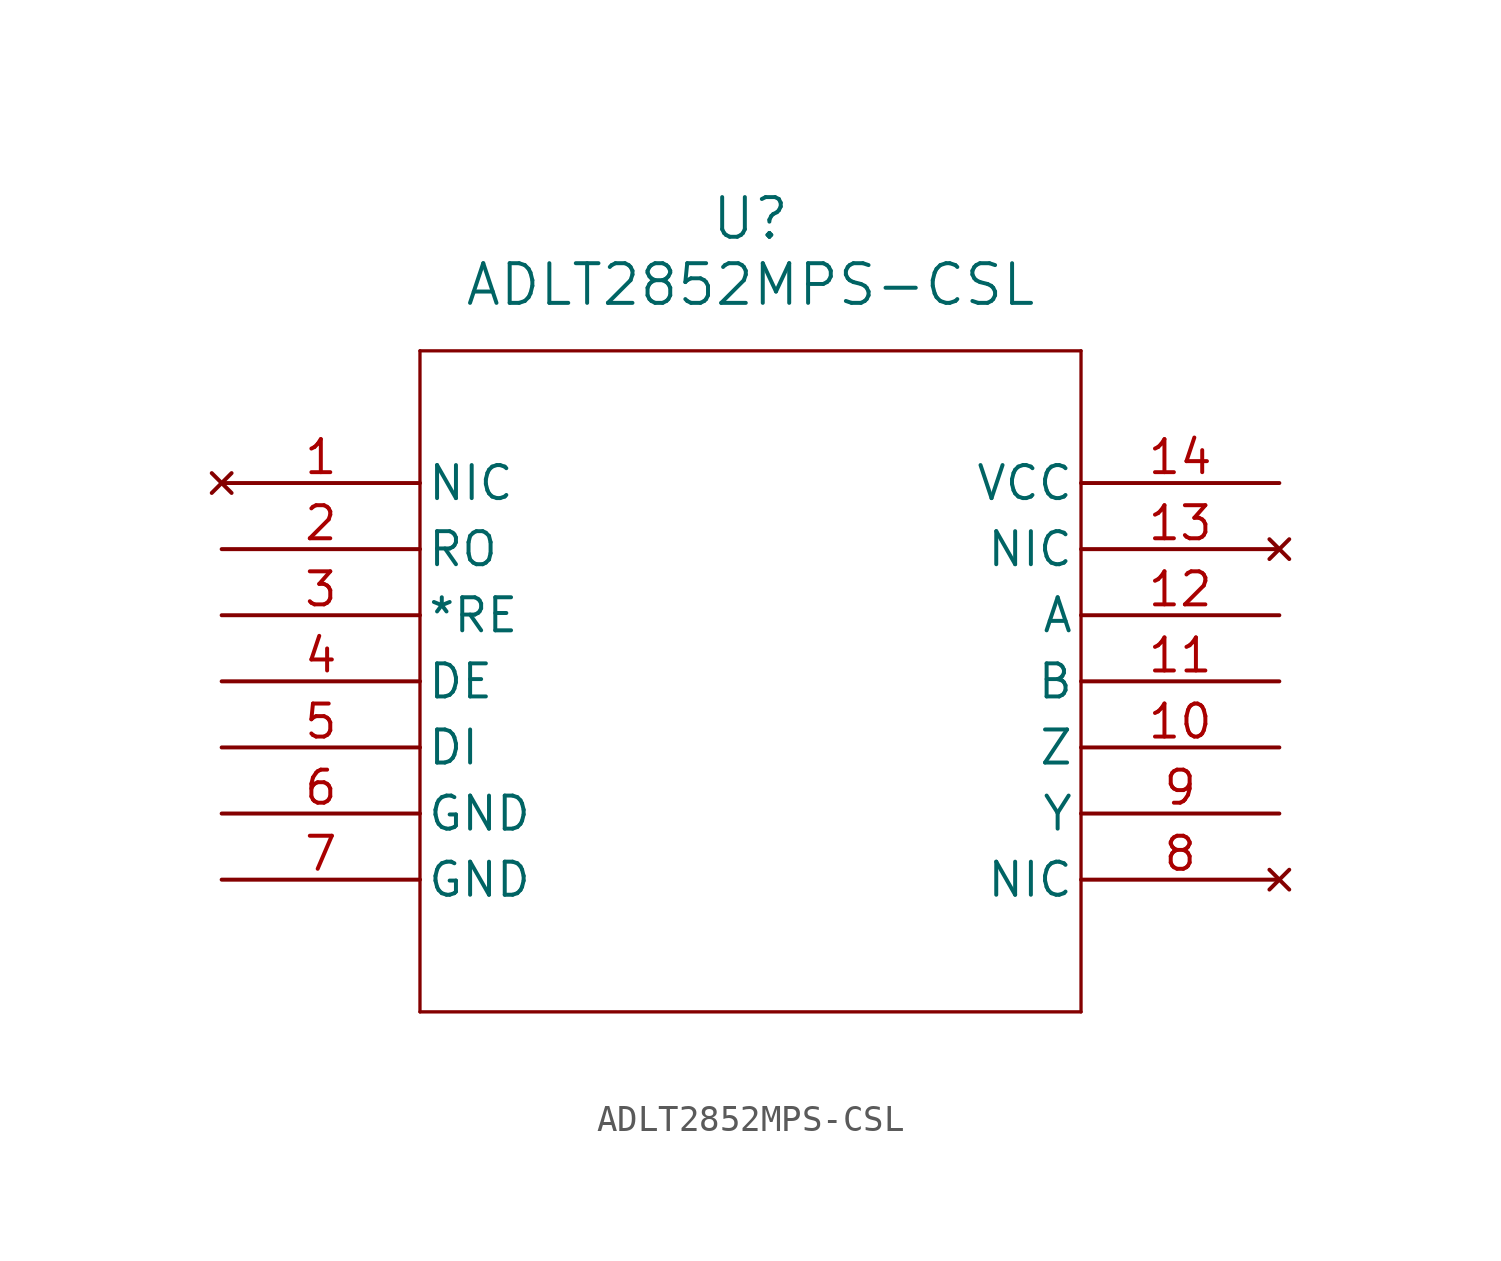
<source format=kicad_sym>
(kicad_symbol_lib
  (version 20211014)
  (generator kicad_symbol_editor)
  (symbol "ADLT2852MPS-CSL"
    (pin_names
      (offset 0.254))
    (property "Reference" "U"
      (at 20.32 10.16 0)
      (effects (font (size 1.524 1.524))))
    (property "Value" "ADLT2852MPS-CSL"
      (at 20.32 7.62 0)
      (effects (font (size 1.524 1.524))))
    (symbol "ADLT2852MPS-CSL_0_1"
      (polyline (pts (xy 7.62 5.08) (xy 7.62 -20.32)) (stroke (width 0.127) (type default) (color 0 0 0 0)) (fill (type none)))
      (polyline (pts (xy 7.62 -20.32) (xy 33.02 -20.32)) (stroke (width 0.127) (type default) (color 0 0 0 0)) (fill (type none)))
      (polyline (pts (xy 33.02 -20.32) (xy 33.02 5.08)) (stroke (width 0.127) (type default) (color 0 0 0 0)) (fill (type none)))
      (polyline (pts (xy 33.02 5.08) (xy 7.62 5.08)) (stroke (width 0.127) (type default) (color 0 0 0 0)) (fill (type none)))
      (pin no_connect line (at 0 0 0) (length 7.62) (name "NIC" (effects (font (size 1.27 1.27)))) (number "1" (effects (font (size 1.27 1.27)))))
      (pin output line (at 0 -2.54 0) (length 7.62) (name "RO" (effects (font (size 1.27 1.27)))) (number "2" (effects (font (size 1.27 1.27)))))
      (pin input line (at 0 -5.08 0) (length 7.62) (name "*RE" (effects (font (size 1.27 1.27)))) (number "3" (effects (font (size 1.27 1.27)))))
      (pin input line (at 0 -7.62 0) (length 7.62) (name "DE" (effects (font (size 1.27 1.27)))) (number "4" (effects (font (size 1.27 1.27)))))
      (pin input line (at 0 -10.16 0) (length 7.62) (name "DI" (effects (font (size 1.27 1.27)))) (number "5" (effects (font (size 1.27 1.27)))))
      (pin power_out line (at 0 -12.7 0) (length 7.62) (name "GND" (effects (font (size 1.27 1.27)))) (number "6" (effects (font (size 1.27 1.27)))))
      (pin power_out line (at 0 -15.24 0) (length 7.62) (name "GND" (effects (font (size 1.27 1.27)))) (number "7" (effects (font (size 1.27 1.27)))))
      (pin no_connect line (at 40.64 -15.24 180) (length 7.62) (name "NIC" (effects (font (size 1.27 1.27)))) (number "8" (effects (font (size 1.27 1.27)))))
      (pin output line (at 40.64 -12.7 180) (length 7.62) (name "Y" (effects (font (size 1.27 1.27)))) (number "9" (effects (font (size 1.27 1.27)))))
      (pin output line (at 40.64 -10.16 180) (length 7.62) (name "Z" (effects (font (size 1.27 1.27)))) (number "10" (effects (font (size 1.27 1.27)))))
      (pin input line (at 40.64 -7.62 180) (length 7.62) (name "B" (effects (font (size 1.27 1.27)))) (number "11" (effects (font (size 1.27 1.27)))))
      (pin input line (at 40.64 -5.08 180) (length 7.62) (name "A" (effects (font (size 1.27 1.27)))) (number "12" (effects (font (size 1.27 1.27)))))
      (pin no_connect line (at 40.64 -2.54 180) (length 7.62) (name "NIC" (effects (font (size 1.27 1.27)))) (number "13" (effects (font (size 1.27 1.27)))))
      (pin power_in line (at 40.64 0 180) (length 7.62) (name "VCC" (effects (font (size 1.27 1.27)))) (number "14" (effects (font (size 1.27 1.27))))))))
</source>
